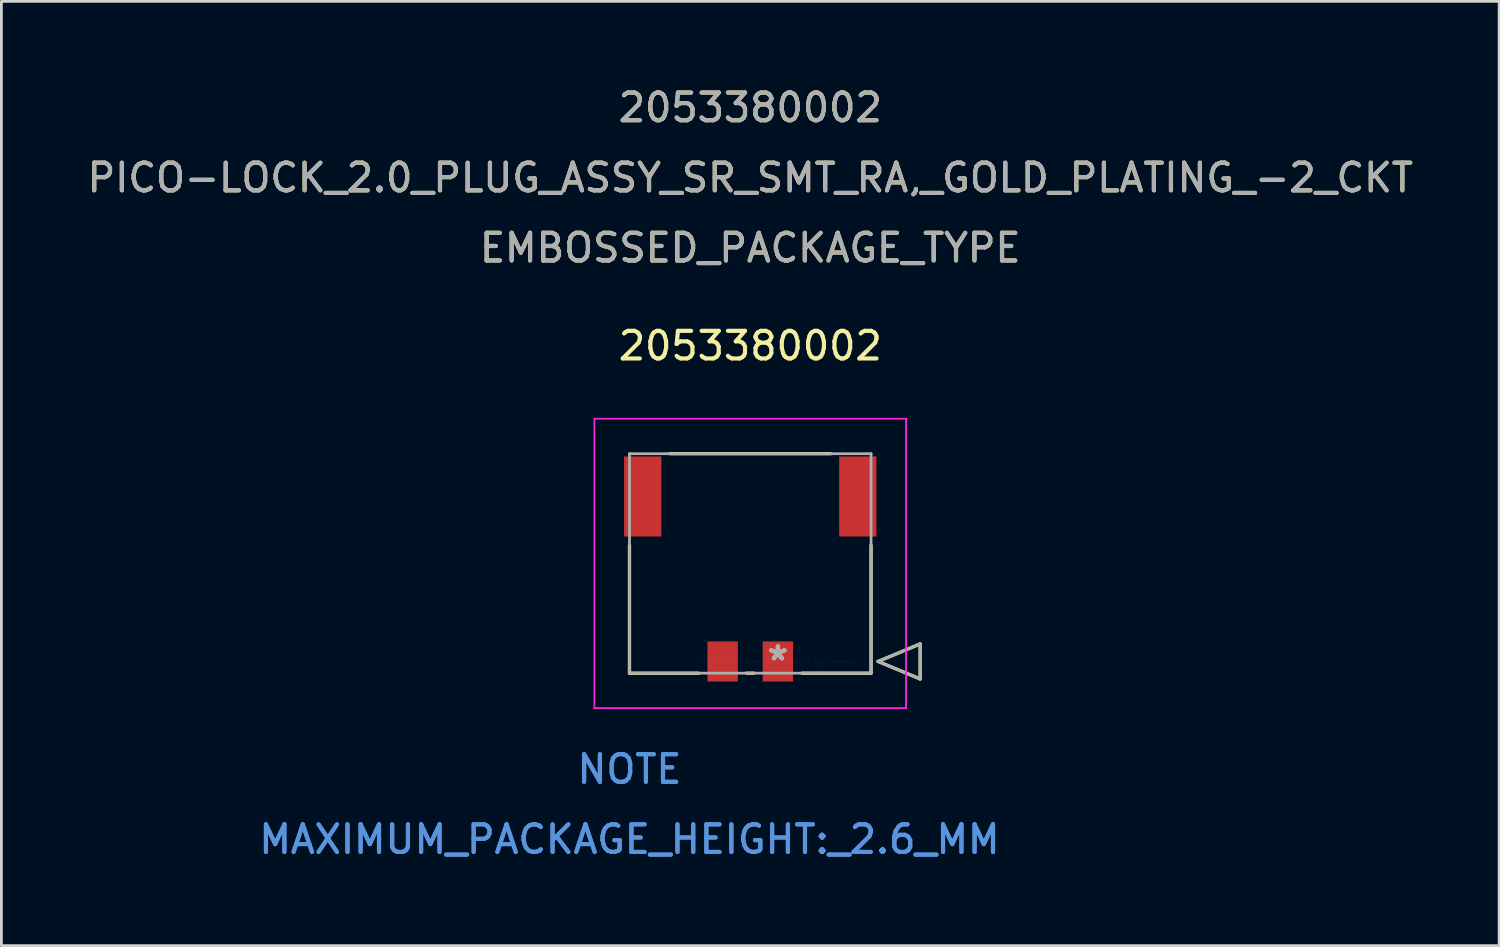
<source format=kicad_pcb>
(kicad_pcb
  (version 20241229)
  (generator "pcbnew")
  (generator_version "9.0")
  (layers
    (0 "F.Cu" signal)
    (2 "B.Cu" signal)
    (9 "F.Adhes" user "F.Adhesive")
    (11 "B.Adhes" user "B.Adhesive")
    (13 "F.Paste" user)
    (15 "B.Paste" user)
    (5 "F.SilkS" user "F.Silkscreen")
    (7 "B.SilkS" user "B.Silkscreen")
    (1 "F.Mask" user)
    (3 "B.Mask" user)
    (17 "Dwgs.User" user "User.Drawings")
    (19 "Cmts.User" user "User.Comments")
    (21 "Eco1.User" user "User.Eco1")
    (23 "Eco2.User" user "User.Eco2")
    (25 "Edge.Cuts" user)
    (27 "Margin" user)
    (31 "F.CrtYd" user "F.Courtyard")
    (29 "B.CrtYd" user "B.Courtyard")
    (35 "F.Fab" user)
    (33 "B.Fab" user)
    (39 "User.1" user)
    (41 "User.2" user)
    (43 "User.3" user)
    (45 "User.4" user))
  (footprint "2053380002"
    (layer "F.Cu")
    (at 25.125 20.908)
    (property "Reference" "2053380002" (at -1 -11.43 0) (layer "F.SilkS") (effects (font (size 1 1) (thickness 0.15))))
    (attr through_hole)
    (fp_line (start -5.375 -4.205) (end -5.375 0.425) (stroke (width 0.12) (type solid)) (layer "F.SilkS"))
    (fp_line (start -5.375 0.425) (end -2.87 0.425) (stroke (width 0.12) (type solid)) (layer "F.SilkS"))
    (fp_line (start -1.13 0.425) (end -0.87 0.425) (stroke (width 0.12) (type solid)) (layer "F.SilkS"))
    (fp_line (start 0.87 0.425) (end 3.375 0.425) (stroke (width 0.12) (type solid)) (layer "F.SilkS"))
    (fp_line (start 1.916 -7.525) (end -3.916 -7.525) (stroke (width 0.12) (type solid)) (layer "F.SilkS"))
    (fp_line (start 3.375 0.425) (end 3.375 -4.205) (stroke (width 0.12) (type solid)) (layer "F.SilkS"))
    (fp_line (start 3.629 0) (end 5.153 -0.635) (stroke (width 0.12) (type solid)) (layer "F.SilkS"))
    (fp_line (start 5.153 -0.635) (end 5.153 0.635) (stroke (width 0.12) (type solid)) (layer "F.SilkS"))
    (fp_line (start 5.153 0.635) (end 3.629 0) (stroke (width 0.12) (type solid)) (layer "F.SilkS"))
    (fp_line (start -6.645 -8.795) (end -6.645 1.695) (stroke (width 0.05) (type solid)) (layer "F.CrtYd"))
    (fp_line (start -6.645 -8.795) (end -6.645 1.695) (stroke (width 0.05) (type solid)) (layer "F.CrtYd"))
    (fp_line (start -6.645 1.695) (end 4.645 1.695) (stroke (width 0.05) (type solid)) (layer "F.CrtYd"))
    (fp_line (start -6.645 1.695) (end 4.645 1.695) (stroke (width 0.05) (type solid)) (layer "F.CrtYd"))
    (fp_line (start 4.645 -8.795) (end -6.645 -8.795) (stroke (width 0.05) (type solid)) (layer "F.CrtYd"))
    (fp_line (start 4.645 -8.795) (end -6.645 -8.795) (stroke (width 0.05) (type solid)) (layer "F.CrtYd"))
    (fp_line (start 4.645 1.695) (end 4.645 -8.795) (stroke (width 0.05) (type solid)) (layer "F.CrtYd"))
    (fp_line (start 4.645 1.695) (end 4.645 -8.795) (stroke (width 0.05) (type solid)) (layer "F.CrtYd"))
    (fp_line (start -5.375 -7.525) (end -5.375 0.425) (stroke (width 0.1) (type solid)) (layer "F.Fab"))
    (fp_line (start -5.375 0.425) (end 3.375 0.425) (stroke (width 0.1) (type solid)) (layer "F.Fab"))
    (fp_line (start 3.375 -7.525) (end -5.375 -7.525) (stroke (width 0.1) (type solid)) (layer "F.Fab"))
    (fp_line (start 3.375 0.425) (end 3.375 -7.525) (stroke (width 0.1) (type solid)) (layer "F.Fab"))
    (fp_line (start 3.629 0) (end 5.153 -0.635) (stroke (width 0.1) (type solid)) (layer "F.Fab"))
    (fp_line (start 5.153 -0.635) (end 5.153 0.635) (stroke (width 0.1) (type solid)) (layer "F.Fab"))
    (fp_line (start 5.153 0.635) (end 3.629 0) (stroke (width 0.1) (type solid)) (layer "F.Fab"))
    (fp_text user "2053380002" (at -1 -20.06 0) (layer "F.SilkS") (effects (font (size 1 1) (thickness 0.15))))
    (fp_text user "PICO-LOCK_2.0_PLUG_ASSY_SR_SMT_RA,_GOLD_PLATING_-2_CKT" (at -1 -17.52 0) (layer "F.SilkS") (effects (font (size 1 1) (thickness 0.15))))
    (fp_text user "*" (at 0 0 0) (layer "F.SilkS") (effects (font (size 1 1) (thickness 0.15))))
    (fp_text user "EMBOSSED_PACKAGE_TYPE" (at -1 -14.98 0) (layer "F.SilkS") (effects (font (size 1 1) (thickness 0.15))))
    (fp_text user "NOTE" (at -5.375 3.905 0) (layer "Cmts.User") (effects (font (size 1 1) (thickness 0.15))))
    (fp_text user "MAXIMUM_PACKAGE_HEIGHT:_2.6_MM" (at -5.375 6.445 0) (layer "Cmts.User") (effects (font (size 1 1) (thickness 0.15))))
    (fp_text user "Copyright 2021 Accelerated Designs. All rights reserved." (at 0 0 0) (layer "Cmts.User") (effects (font (size 0.127 0.127) (thickness 0.002))))
    (fp_text user "NOTE" (at -5.375 3.905 0) (layer "Cmts.User") (effects (font (size 1 1) (thickness 0.15))))
    (fp_text user "MAXIMUM_PACKAGE_HEIGHT:_2.6_MM" (at -5.375 6.445 0) (layer "Cmts.User") (effects (font (size 1 1) (thickness 0.15))))
    (fp_text user "2053380002" (at -1 -20.06 0) (layer "F.Fab") (effects (font (size 1 1) (thickness 0.15))))
    (fp_text user "*" (at 0 0 0) (layer "F.Fab") (effects (font (size 1 1) (thickness 0.15))))
    (fp_text user "PICO-LOCK_2.0_PLUG_ASSY_SR_SMT_RA,_GOLD_PLATING_-2_CKT" (at -1 -17.52 0) (layer "F.Fab") (effects (font (size 1 1) (thickness 0.15))))
    (fp_text user "EMBOSSED_PACKAGE_TYPE" (at -1 -14.98 0) (layer "F.Fab") (effects (font (size 1 1) (thickness 0.15))))
    (pad "1" smd rect (at 0 0) (size 1.1 1.45) (layers "F.Cu" "F.Mask" "F.Paste"))
    (pad "2" smd rect (at -2 0) (size 1.1 1.45) (layers "F.Cu" "F.Mask" "F.Paste"))
    (pad "3" smd rect (at 2.895 -5.975) (size 1.35 2.9) (layers "F.Cu" "F.Mask" "F.Paste"))
    (pad "4" smd rect (at -4.895 -5.975) (size 1.35 2.9) (layers "F.Cu" "F.Mask" "F.Paste")))
  (gr_rect
    (start -3 -3)
    (end 51.25 31.201)
    (stroke (width 0.1) (type default))
    (fill no)
    (layer "Edge.Cuts")))
</source>
